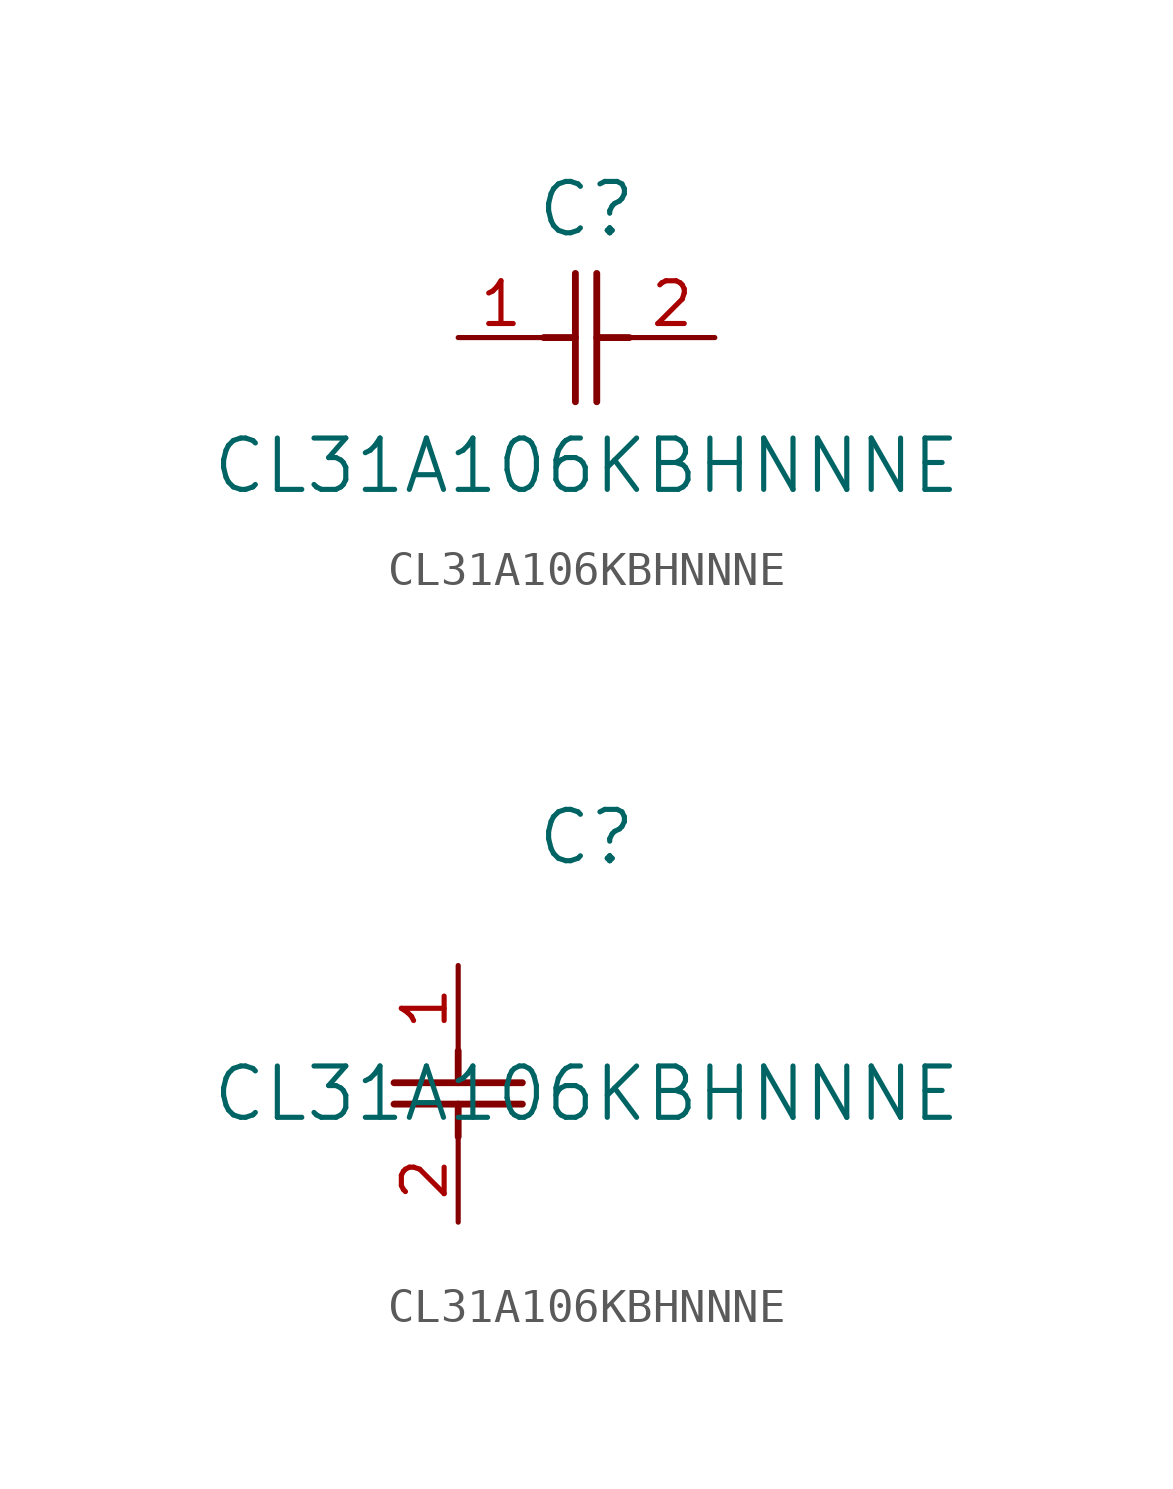
<source format=kicad_sym>
(kicad_symbol_lib
  (version 20211014)
  (generator kicad_symbol_editor)
  (symbol "CL31A106KBHNNNE"
    (pin_names
      (offset 0.254))
    (property "Reference" "C"
      (at 3.81 3.81 0)
      (effects (font (size 1.524 1.524))))
    (property "Value" "CL31A106KBHNNNE"
      (at 3.81 -3.81 0)
      (effects (font (size 1.524 1.524))))
    (symbol "CL31A106KBHNNNE_1_1"
      (polyline (pts (xy 3.48 -1.905) (xy 3.48 1.905)) (stroke (width 0.203) (type default) (color 0 0 0 0)) (fill (type none)))
      (polyline (pts (xy 4.115 -1.905) (xy 4.115 1.905)) (stroke (width 0.203) (type default) (color 0 0 0 0)) (fill (type none)))
      (polyline (pts (xy 4.115 0) (xy 5.08 0)) (stroke (width 0.203) (type default) (color 0 0 0 0)) (fill (type none)))
      (polyline (pts (xy 2.54 0) (xy 3.48 0)) (stroke (width 0.203) (type default) (color 0 0 0 0)) (fill (type none)))
      (pin unspecified line (at 0 0 0) (length 2.54) (name "" (effects (font (size 1.27 1.27)))) (number "1" (effects (font (size 1.27 1.27)))))
      (pin unspecified line (at 7.62 0 180) (length 2.54) (name "" (effects (font (size 1.27 1.27)))) (number "2" (effects (font (size 1.27 1.27))))))
    (symbol "CL31A106KBHNNNE_1_2"
      (polyline (pts (xy -1.905 -3.48) (xy 1.905 -3.48)) (stroke (width 0.203) (type default) (color 0 0 0 0)) (fill (type none)))
      (polyline (pts (xy -1.905 -4.115) (xy 1.905 -4.115)) (stroke (width 0.203) (type default) (color 0 0 0 0)) (fill (type none)))
      (polyline (pts (xy 0 -4.115) (xy 0 -5.08)) (stroke (width 0.203) (type default) (color 0 0 0 0)) (fill (type none)))
      (polyline (pts (xy 0 -2.54) (xy 0 -3.48)) (stroke (width 0.203) (type default) (color 0 0 0 0)) (fill (type none)))
      (pin unspecified line (at 0 0 270) (length 2.54) (name "" (effects (font (size 1.27 1.27)))) (number "1" (effects (font (size 1.27 1.27)))))
      (pin unspecified line (at 0 -7.62 90) (length 2.54) (name "" (effects (font (size 1.27 1.27)))) (number "2" (effects (font (size 1.27 1.27))))))))
</source>
